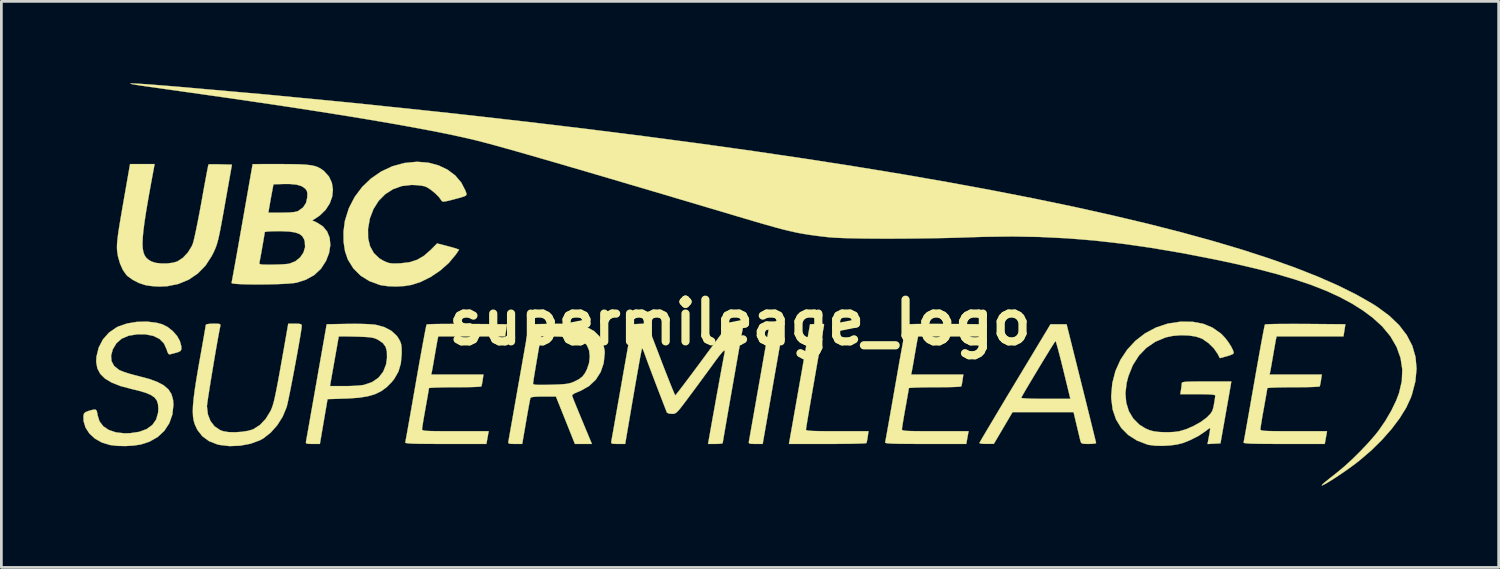
<source format=kicad_pcb>
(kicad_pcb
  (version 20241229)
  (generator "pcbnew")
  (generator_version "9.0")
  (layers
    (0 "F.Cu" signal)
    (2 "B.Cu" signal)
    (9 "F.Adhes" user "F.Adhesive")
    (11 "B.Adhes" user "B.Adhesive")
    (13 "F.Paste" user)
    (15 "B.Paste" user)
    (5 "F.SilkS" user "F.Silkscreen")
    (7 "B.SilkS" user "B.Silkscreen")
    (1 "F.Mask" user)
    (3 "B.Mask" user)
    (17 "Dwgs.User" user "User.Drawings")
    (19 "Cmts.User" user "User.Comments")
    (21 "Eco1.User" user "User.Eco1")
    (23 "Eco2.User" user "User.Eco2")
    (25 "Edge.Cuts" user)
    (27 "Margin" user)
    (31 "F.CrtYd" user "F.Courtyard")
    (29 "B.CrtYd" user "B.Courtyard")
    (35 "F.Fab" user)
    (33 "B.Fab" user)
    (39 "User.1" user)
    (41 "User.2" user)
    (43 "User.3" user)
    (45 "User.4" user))
  (footprint "supermileage_logo"
    (layer "F.Cu")
    (at 24.042 8.757)
    (property "Reference" "supermileage_logo" (at 0 0 0) (layer "F.SilkS") (effects (font (size 1.524 1.524) (thickness 0.3))))
    (attr through_hole)
    (fp_poly (pts (xy 1.571 0.053) (xy 1.598 0.076) (xy 1.594 0.114) (xy 1.582 0.17) (xy 1.558 0.301) (xy 1.522 0.498) (xy 1.476 0.755) (xy 1.421 1.062) (xy 1.36 1.412) (xy 1.292 1.796) (xy 1.22 2.206) (xy 1.201 2.318) (xy 0.83 4.445) (xy 0.569 4.445) (xy 0.426 4.443) (xy 0.35 4.432) (xy 0.323 4.405) (xy 0.325 4.355) (xy 0.326 4.35) (xy 0.337 4.29) (xy 0.361 4.156) (xy 0.396 3.955) (xy 0.442 3.695) (xy 0.497 3.386) (xy 0.559 3.035) (xy 0.626 2.65) (xy 0.698 2.241) (xy 0.713 2.159) (xy 1.081 0.064) (xy 1.349 0.051) (xy 1.493 0.046) (xy 1.571 0.053)) (stroke (width 0.01) (type solid)) (fill yes) (layer "F.SilkS"))
    (fp_poly (pts (xy 3.049 0.052) (xy 3.077 0.075) (xy 3.073 0.122) (xy 3.07 0.136) (xy 3.056 0.208) (xy 3.029 0.351) (xy 2.993 0.553) (xy 2.948 0.805) (xy 2.896 1.097) (xy 2.84 1.417) (xy 2.781 1.755) (xy 2.721 2.101) (xy 2.661 2.445) (xy 2.604 2.777) (xy 2.551 3.085) (xy 2.504 3.36) (xy 2.465 3.592) (xy 2.436 3.769) (xy 2.418 3.882) (xy 2.413 3.919) (xy 2.424 3.937) (xy 2.464 3.952) (xy 2.541 3.962) (xy 2.664 3.97) (xy 2.842 3.975) (xy 3.083 3.978) (xy 3.397 3.979) (xy 3.559 3.979) (xy 4.704 3.979) (xy 4.675 4.18) (xy 4.654 4.305) (xy 4.635 4.393) (xy 4.628 4.413) (xy 4.582 4.421) (xy 4.463 4.428) (xy 4.278 4.434) (xy 4.039 4.439) (xy 3.755 4.442) (xy 3.436 4.445) (xy 3.2 4.445) (xy 1.79 4.445) (xy 1.808 4.35) (xy 1.819 4.29) (xy 1.842 4.156) (xy 1.878 3.955) (xy 1.924 3.695) (xy 1.978 3.386) (xy 2.04 3.035) (xy 2.108 2.65) (xy 2.18 2.241) (xy 2.195 2.159) (xy 2.563 0.064) (xy 2.828 0.051) (xy 2.972 0.046) (xy 3.049 0.052)) (stroke (width 0.01) (type solid)) (fill yes) (layer "F.SilkS"))
    (fp_poly (pts (xy 12.495 2.223) (xy 12.598 2.636) (xy 12.695 3.025) (xy 12.783 3.381) (xy 12.861 3.697) (xy 12.927 3.965) (xy 12.98 4.178) (xy 13.016 4.326) (xy 13.034 4.404) (xy 13.036 4.413) (xy 12.999 4.429) (xy 12.899 4.441) (xy 12.764 4.445) (xy 12.616 4.443) (xy 12.531 4.431) (xy 12.488 4.402) (xy 12.465 4.346) (xy 12.461 4.329) (xy 12.439 4.24) (xy 12.403 4.092) (xy 12.359 3.906) (xy 12.321 3.747) (xy 12.211 3.281) (xy 9.977 3.281) (xy 9.292 4.443) (xy 9.028 4.444) (xy 8.891 4.44) (xy 8.796 4.428) (xy 8.764 4.413) (xy 8.786 4.372) (xy 8.847 4.265) (xy 8.945 4.098) (xy 9.075 3.878) (xy 9.234 3.612) (xy 9.417 3.304) (xy 9.621 2.963) (xy 9.744 2.758) (xy 10.294 2.758) (xy 10.33 2.769) (xy 10.439 2.778) (xy 10.608 2.786) (xy 10.826 2.791) (xy 11.081 2.794) (xy 11.187 2.794) (xy 12.094 2.794) (xy 11.836 1.736) (xy 11.766 1.451) (xy 11.7 1.194) (xy 11.643 0.978) (xy 11.597 0.813) (xy 11.565 0.709) (xy 11.551 0.678) (xy 11.525 0.712) (xy 11.462 0.809) (xy 11.37 0.955) (xy 11.255 1.142) (xy 11.124 1.356) (xy 10.983 1.588) (xy 10.84 1.827) (xy 10.7 2.06) (xy 10.57 2.277) (xy 10.458 2.467) (xy 10.37 2.619) (xy 10.313 2.721) (xy 10.294 2.758) (xy 9.744 2.758) (xy 9.842 2.594) (xy 10.066 2.223) (xy 11.367 0.064) (xy 11.956 0.064) (xy 12.495 2.223)) (stroke (width 0.01) (type solid)) (fill yes) (layer "F.SilkS"))
    (fp_poly (pts (xy -13.804 0.052) (xy -13.568 0.062) (xy -13.389 0.076) (xy -13.332 0.084) (xy -13.021 0.169) (xy -12.762 0.306) (xy -12.566 0.488) (xy -12.501 0.582) (xy -12.441 0.693) (xy -12.406 0.793) (xy -12.39 0.913) (xy -12.386 1.079) (xy -12.386 1.143) (xy -12.417 1.495) (xy -12.505 1.797) (xy -12.658 2.064) (xy -12.751 2.18) (xy -12.938 2.368) (xy -13.139 2.515) (xy -13.365 2.625) (xy -13.631 2.702) (xy -13.951 2.753) (xy -14.336 2.78) (xy -14.44 2.784) (xy -15.1 2.805) (xy -15.241 3.625) (xy -15.381 4.445) (xy -15.643 4.445) (xy -15.787 4.443) (xy -15.863 4.432) (xy -15.891 4.406) (xy -15.889 4.356) (xy -15.888 4.35) (xy -15.877 4.29) (xy -15.853 4.156) (xy -15.817 3.955) (xy -15.771 3.695) (xy -15.717 3.386) (xy -15.655 3.035) (xy -15.587 2.65) (xy -15.531 2.328) (xy -15.012 2.328) (xy -14.493 2.328) (xy -14.269 2.325) (xy -14.053 2.314) (xy -13.873 2.299) (xy -13.765 2.283) (xy -13.472 2.183) (xy -13.238 2.023) (xy -13.066 1.806) (xy -12.959 1.537) (xy -12.924 1.297) (xy -12.928 1.061) (xy -12.977 0.884) (xy -13.081 0.747) (xy -13.249 0.634) (xy -13.259 0.628) (xy -13.342 0.59) (xy -13.43 0.562) (xy -13.543 0.543) (xy -13.695 0.53) (xy -13.905 0.521) (xy -14.065 0.516) (xy -14.284 0.511) (xy -14.47 0.508) (xy -14.608 0.509) (xy -14.683 0.512) (xy -14.692 0.514) (xy -14.699 0.558) (xy -14.72 0.674) (xy -14.75 0.848) (xy -14.789 1.068) (xy -14.834 1.323) (xy -14.853 1.429) (xy -15.012 2.328) (xy -15.531 2.328) (xy -15.515 2.241) (xy -15.501 2.159) (xy -15.132 0.064) (xy -14.371 0.05) (xy -14.078 0.048) (xy -13.804 0.052)) (stroke (width 0.01) (type solid)) (fill yes) (layer "F.SilkS"))
    (fp_poly (pts (xy -21.465 -5.62) (xy -21.574 -5.03) (xy -21.666 -4.517) (xy -21.741 -4.076) (xy -21.799 -3.699) (xy -21.84 -3.381) (xy -21.866 -3.117) (xy -21.875 -2.9) (xy -21.868 -2.725) (xy -21.844 -2.585) (xy -21.805 -2.474) (xy -21.751 -2.387) (xy -21.681 -2.318) (xy -21.595 -2.26) (xy -21.545 -2.233) (xy -21.386 -2.183) (xy -21.179 -2.16) (xy -20.954 -2.163) (xy -20.744 -2.192) (xy -20.595 -2.238) (xy -20.396 -2.369) (xy -20.215 -2.561) (xy -20.073 -2.791) (xy -20.034 -2.884) (xy -20.005 -2.982) (xy -19.965 -3.151) (xy -19.916 -3.379) (xy -19.86 -3.654) (xy -19.8 -3.963) (xy -19.738 -4.294) (xy -19.712 -4.44) (xy -19.654 -4.765) (xy -19.6 -5.061) (xy -19.552 -5.32) (xy -19.512 -5.532) (xy -19.482 -5.685) (xy -19.463 -5.771) (xy -19.459 -5.786) (xy -19.412 -5.792) (xy -19.3 -5.794) (xy -19.141 -5.793) (xy -19.022 -5.791) (xy -18.601 -5.779) (xy -18.842 -4.418) (xy -18.913 -4.016) (xy -18.973 -3.687) (xy -19.023 -3.42) (xy -19.066 -3.207) (xy -19.105 -3.036) (xy -19.143 -2.897) (xy -19.181 -2.781) (xy -19.223 -2.676) (xy -19.27 -2.573) (xy -19.327 -2.462) (xy -19.341 -2.434) (xy -19.568 -2.084) (xy -19.851 -1.794) (xy -20.183 -1.569) (xy -20.558 -1.413) (xy -20.968 -1.329) (xy -21.25 -1.316) (xy -21.444 -1.325) (xy -21.64 -1.346) (xy -21.785 -1.372) (xy -22.012 -1.449) (xy -22.233 -1.563) (xy -22.416 -1.694) (xy -22.466 -1.742) (xy -22.592 -1.922) (xy -22.698 -2.159) (xy -22.774 -2.424) (xy -22.806 -2.641) (xy -22.81 -2.74) (xy -22.808 -2.852) (xy -22.798 -2.986) (xy -22.779 -3.153) (xy -22.75 -3.362) (xy -22.709 -3.623) (xy -22.654 -3.946) (xy -22.586 -4.342) (xy -22.58 -4.376) (xy -22.331 -5.8) (xy -21.881 -5.8) (xy -21.432 -5.8) (xy -21.465 -5.62)) (stroke (width 0.01) (type solid)) (fill yes) (layer "F.SilkS"))
    (fp_poly (pts (xy -11.408 -5.851) (xy -11.037 -5.752) (xy -10.708 -5.595) (xy -10.428 -5.385) (xy -10.206 -5.125) (xy -10.05 -4.822) (xy -10.016 -4.72) (xy -10.013 -4.681) (xy -10.037 -4.648) (xy -10.102 -4.616) (xy -10.221 -4.577) (xy -10.408 -4.527) (xy -10.444 -4.517) (xy -10.642 -4.466) (xy -10.773 -4.436) (xy -10.854 -4.426) (xy -10.9 -4.434) (xy -10.927 -4.459) (xy -10.936 -4.475) (xy -11.025 -4.596) (xy -11.16 -4.731) (xy -11.314 -4.856) (xy -11.461 -4.951) (xy -11.541 -4.986) (xy -11.674 -5.012) (xy -11.852 -5.03) (xy -12.028 -5.037) (xy -12.381 -4.996) (xy -12.703 -4.881) (xy -12.988 -4.698) (xy -13.229 -4.455) (xy -13.418 -4.157) (xy -13.551 -3.811) (xy -13.619 -3.424) (xy -13.619 -3.422) (xy -13.615 -3.083) (xy -13.543 -2.789) (xy -13.406 -2.543) (xy -13.206 -2.35) (xy -13.06 -2.263) (xy -12.94 -2.208) (xy -12.838 -2.176) (xy -12.725 -2.162) (xy -12.573 -2.162) (xy -12.435 -2.167) (xy -12.103 -2.206) (xy -11.821 -2.296) (xy -11.566 -2.446) (xy -11.321 -2.662) (xy -11.09 -2.895) (xy -10.784 -2.817) (xy -10.619 -2.773) (xy -10.476 -2.733) (xy -10.383 -2.704) (xy -10.38 -2.703) (xy -10.283 -2.667) (xy -10.41 -2.482) (xy -10.661 -2.181) (xy -10.974 -1.904) (xy -11.327 -1.666) (xy -11.699 -1.483) (xy -12.023 -1.378) (xy -12.289 -1.335) (xy -12.586 -1.318) (xy -12.881 -1.328) (xy -13.138 -1.364) (xy -13.197 -1.378) (xy -13.573 -1.518) (xy -13.893 -1.718) (xy -14.153 -1.978) (xy -14.351 -2.295) (xy -14.361 -2.315) (xy -14.461 -2.61) (xy -14.513 -2.953) (xy -14.517 -3.321) (xy -14.47 -3.692) (xy -14.459 -3.743) (xy -14.319 -4.187) (xy -14.109 -4.594) (xy -13.837 -4.958) (xy -13.512 -5.27) (xy -13.141 -5.526) (xy -12.733 -5.718) (xy -12.295 -5.839) (xy -11.837 -5.884) (xy -11.813 -5.884) (xy -11.408 -5.851)) (stroke (width 0.01) (type solid)) (fill yes) (layer "F.SilkS"))
    (fp_poly (pts (xy -10.266 0.051) (xy -9.988 0.052) (xy -8.529 0.064) (xy -8.6 0.508) (xy -11.047 0.508) (xy -11.068 0.603) (xy -11.084 0.681) (xy -11.109 0.822) (xy -11.142 1.007) (xy -11.176 1.206) (xy -11.212 1.413) (xy -11.244 1.596) (xy -11.269 1.735) (xy -11.284 1.81) (xy -11.305 1.905) (xy -9.393 1.905) (xy -9.422 2.106) (xy -9.443 2.231) (xy -9.462 2.319) (xy -9.469 2.339) (xy -9.515 2.348) (xy -9.633 2.356) (xy -9.812 2.363) (xy -10.038 2.368) (xy -10.299 2.37) (xy -10.438 2.371) (xy -10.711 2.372) (xy -10.954 2.376) (xy -11.154 2.382) (xy -11.299 2.389) (xy -11.377 2.398) (xy -11.388 2.402) (xy -11.395 2.453) (xy -11.415 2.572) (xy -11.445 2.745) (xy -11.483 2.959) (xy -11.514 3.133) (xy -11.556 3.37) (xy -11.593 3.582) (xy -11.62 3.753) (xy -11.637 3.867) (xy -11.641 3.905) (xy -11.636 3.927) (xy -11.615 3.944) (xy -11.57 3.956) (xy -11.49 3.966) (xy -11.367 3.972) (xy -11.192 3.976) (xy -10.956 3.978) (xy -10.65 3.979) (xy -10.421 3.979) (xy -9.201 3.979) (xy -9.243 4.212) (xy -9.285 4.445) (xy -10.78 4.445) (xy -11.19 4.444) (xy -11.522 4.442) (xy -11.783 4.439) (xy -11.98 4.434) (xy -12.118 4.426) (xy -12.206 4.416) (xy -12.249 4.404) (xy -12.256 4.392) (xy -12.246 4.341) (xy -12.222 4.215) (xy -12.187 4.021) (xy -12.142 3.769) (xy -12.088 3.465) (xy -12.027 3.119) (xy -11.961 2.737) (xy -11.889 2.329) (xy -11.871 2.223) (xy -11.799 1.81) (xy -11.73 1.422) (xy -11.666 1.068) (xy -11.609 0.756) (xy -11.56 0.492) (xy -11.521 0.286) (xy -11.492 0.145) (xy -11.476 0.078) (xy -11.474 0.074) (xy -11.427 0.066) (xy -11.304 0.06) (xy -11.117 0.055) (xy -10.875 0.052) (xy -10.588 0.051) (xy -10.266 0.051)) (stroke (width 0.01) (type solid)) (fill yes) (layer "F.SilkS"))
    (fp_poly (pts (xy 7.303 0.051) (xy 7.581 0.052) (xy 9.039 0.064) (xy 8.968 0.508) (xy 6.521 0.508) (xy 6.5 0.603) (xy 6.485 0.681) (xy 6.459 0.822) (xy 6.427 1.007) (xy 6.392 1.206) (xy 6.357 1.413) (xy 6.325 1.596) (xy 6.299 1.735) (xy 6.285 1.81) (xy 6.264 1.905) (xy 8.176 1.905) (xy 8.146 2.106) (xy 8.126 2.231) (xy 8.106 2.319) (xy 8.099 2.339) (xy 8.053 2.348) (xy 7.935 2.356) (xy 7.757 2.363) (xy 7.531 2.368) (xy 7.269 2.37) (xy 7.131 2.371) (xy 6.857 2.372) (xy 6.615 2.376) (xy 6.415 2.382) (xy 6.27 2.389) (xy 6.191 2.398) (xy 6.181 2.402) (xy 6.173 2.453) (xy 6.154 2.572) (xy 6.123 2.745) (xy 6.086 2.959) (xy 6.054 3.133) (xy 6.012 3.37) (xy 5.976 3.582) (xy 5.948 3.753) (xy 5.931 3.867) (xy 5.927 3.905) (xy 5.932 3.927) (xy 5.953 3.944) (xy 5.999 3.956) (xy 6.079 3.966) (xy 6.201 3.972) (xy 6.376 3.976) (xy 6.612 3.978) (xy 6.918 3.979) (xy 7.147 3.979) (xy 8.368 3.979) (xy 8.325 4.212) (xy 8.283 4.445) (xy 6.789 4.445) (xy 6.379 4.444) (xy 6.046 4.442) (xy 5.785 4.439) (xy 5.589 4.434) (xy 5.45 4.426) (xy 5.362 4.416) (xy 5.319 4.404) (xy 5.312 4.392) (xy 5.322 4.341) (xy 5.346 4.215) (xy 5.381 4.021) (xy 5.426 3.769) (xy 5.48 3.465) (xy 5.541 3.119) (xy 5.608 2.737) (xy 5.679 2.329) (xy 5.698 2.223) (xy 5.77 1.81) (xy 5.838 1.422) (xy 5.902 1.068) (xy 5.959 0.756) (xy 6.008 0.492) (xy 6.047 0.286) (xy 6.076 0.145) (xy 6.092 0.078) (xy 6.094 0.074) (xy 6.142 0.066) (xy 6.264 0.06) (xy 6.451 0.055) (xy 6.693 0.052) (xy 6.98 0.051) (xy 7.303 0.051)) (stroke (width 0.01) (type solid)) (fill yes) (layer "F.SilkS"))
    (fp_poly (pts (xy 20.426 0.051) (xy 20.704 0.052) (xy 22.162 0.064) (xy 22.127 0.286) (xy 22.092 0.508) (xy 19.644 0.508) (xy 19.623 0.603) (xy 19.608 0.681) (xy 19.583 0.822) (xy 19.55 1.007) (xy 19.516 1.206) (xy 19.48 1.413) (xy 19.448 1.596) (xy 19.423 1.735) (xy 19.408 1.81) (xy 19.387 1.905) (xy 21.299 1.905) (xy 21.27 2.106) (xy 21.249 2.231) (xy 21.229 2.319) (xy 21.222 2.339) (xy 21.176 2.348) (xy 21.058 2.356) (xy 20.88 2.363) (xy 20.654 2.368) (xy 20.392 2.37) (xy 20.254 2.371) (xy 19.981 2.372) (xy 19.738 2.376) (xy 19.538 2.382) (xy 19.393 2.389) (xy 19.314 2.398) (xy 19.304 2.402) (xy 19.297 2.453) (xy 19.277 2.572) (xy 19.247 2.745) (xy 19.209 2.959) (xy 19.178 3.133) (xy 19.135 3.37) (xy 19.099 3.582) (xy 19.071 3.753) (xy 19.054 3.867) (xy 19.051 3.905) (xy 19.055 3.927) (xy 19.076 3.944) (xy 19.122 3.956) (xy 19.202 3.966) (xy 19.325 3.972) (xy 19.5 3.976) (xy 19.736 3.978) (xy 20.042 3.979) (xy 20.27 3.979) (xy 21.491 3.979) (xy 21.449 4.212) (xy 21.407 4.445) (xy 19.912 4.445) (xy 19.502 4.444) (xy 19.17 4.442) (xy 18.908 4.439) (xy 18.712 4.434) (xy 18.573 4.426) (xy 18.486 4.416) (xy 18.442 4.404) (xy 18.435 4.392) (xy 18.446 4.341) (xy 18.469 4.215) (xy 18.504 4.021) (xy 18.549 3.769) (xy 18.603 3.465) (xy 18.664 3.119) (xy 18.731 2.737) (xy 18.802 2.329) (xy 18.821 2.223) (xy 18.893 1.81) (xy 18.962 1.422) (xy 19.025 1.068) (xy 19.082 0.756) (xy 19.131 0.492) (xy 19.171 0.286) (xy 19.199 0.145) (xy 19.215 0.078) (xy 19.217 0.074) (xy 19.265 0.066) (xy 19.387 0.06) (xy 19.574 0.055) (xy 19.817 0.052) (xy 20.104 0.051) (xy 20.426 0.051)) (stroke (width 0.01) (type solid)) (fill yes) (layer "F.SilkS"))
    (fp_poly (pts (xy -16.15 0.046) (xy -16.075 0.062) (xy -16.047 0.095) (xy -16.044 0.116) (xy -16.052 0.198) (xy -16.075 0.349) (xy -16.109 0.559) (xy -16.153 0.814) (xy -16.204 1.102) (xy -16.261 1.411) (xy -16.32 1.728) (xy -16.379 2.041) (xy -16.436 2.336) (xy -16.489 2.602) (xy -16.536 2.827) (xy -16.573 2.997) (xy -16.599 3.1) (xy -16.601 3.104) (xy -16.743 3.445) (xy -16.941 3.759) (xy -17.18 4.029) (xy -17.448 4.24) (xy -17.583 4.314) (xy -17.922 4.438) (xy -18.299 4.509) (xy -18.684 4.525) (xy -19.049 4.482) (xy -19.135 4.462) (xy -19.44 4.343) (xy -19.684 4.164) (xy -19.869 3.927) (xy -19.963 3.722) (xy -20.001 3.592) (xy -20.025 3.441) (xy -20.034 3.262) (xy -20.027 3.047) (xy -20.003 2.786) (xy -19.963 2.471) (xy -19.905 2.094) (xy -19.83 1.647) (xy -19.795 1.45) (xy -19.737 1.125) (xy -19.684 0.826) (xy -19.638 0.565) (xy -19.601 0.349) (xy -19.574 0.192) (xy -19.56 0.102) (xy -19.558 0.085) (xy -19.519 0.063) (xy -19.416 0.047) (xy -19.282 0.042) (xy -19.134 0.044) (xy -19.054 0.054) (xy -19.023 0.078) (xy -19.025 0.123) (xy -19.028 0.138) (xy -19.053 0.255) (xy -19.087 0.437) (xy -19.129 0.669) (xy -19.177 0.94) (xy -19.228 1.237) (xy -19.28 1.548) (xy -19.332 1.86) (xy -19.382 2.162) (xy -19.426 2.44) (xy -19.464 2.683) (xy -19.493 2.877) (xy -19.511 3.011) (xy -19.516 3.068) (xy -19.483 3.359) (xy -19.387 3.607) (xy -19.235 3.803) (xy -19.033 3.939) (xy -18.913 3.982) (xy -18.725 4.012) (xy -18.492 4.018) (xy -18.245 4.002) (xy -18.017 3.967) (xy -17.837 3.915) (xy -17.822 3.908) (xy -17.578 3.753) (xy -17.363 3.526) (xy -17.189 3.242) (xy -17.186 3.236) (xy -17.154 3.165) (xy -17.124 3.086) (xy -17.094 2.991) (xy -17.062 2.874) (xy -17.028 2.726) (xy -16.989 2.54) (xy -16.943 2.309) (xy -16.89 2.026) (xy -16.828 1.682) (xy -16.755 1.271) (xy -16.669 0.784) (xy -16.656 0.709) (xy -16.539 0.042) (xy -16.291 0.042) (xy -16.15 0.046)) (stroke (width 0.01) (type solid)) (fill yes) (layer "F.SilkS"))
    (fp_poly (pts (xy -21.361 0.009) (xy -21.147 0.067) (xy -20.952 0.167) (xy -20.766 0.315) (xy -20.611 0.49) (xy -20.51 0.67) (xy -20.499 0.703) (xy -20.455 0.871) (xy -20.45 0.979) (xy -20.489 1.045) (xy -20.577 1.087) (xy -20.627 1.102) (xy -20.754 1.135) (xy -20.852 1.161) (xy -20.872 1.167) (xy -20.921 1.153) (xy -20.964 1.074) (xy -20.99 0.988) (xy -21.089 0.767) (xy -21.252 0.601) (xy -21.477 0.49) (xy -21.763 0.434) (xy -22.071 0.433) (xy -22.384 0.483) (xy -22.636 0.591) (xy -22.828 0.756) (xy -22.963 0.982) (xy -22.964 0.983) (xy -23.026 1.215) (xy -23.008 1.418) (xy -22.913 1.591) (xy -22.741 1.73) (xy -22.7 1.751) (xy -22.576 1.802) (xy -22.396 1.862) (xy -22.185 1.922) (xy -22.013 1.965) (xy -21.63 2.067) (xy -21.325 2.179) (xy -21.091 2.306) (xy -20.922 2.454) (xy -20.813 2.627) (xy -20.756 2.832) (xy -20.743 3.012) (xy -20.782 3.368) (xy -20.895 3.688) (xy -21.076 3.965) (xy -21.321 4.193) (xy -21.623 4.364) (xy -21.931 4.464) (xy -22.197 4.505) (xy -22.501 4.523) (xy -22.805 4.516) (xy -23.068 4.484) (xy -23.07 4.483) (xy -23.364 4.393) (xy -23.617 4.25) (xy -23.818 4.066) (xy -23.96 3.848) (xy -24.033 3.609) (xy -24.037 3.42) (xy -24.018 3.336) (xy -23.968 3.284) (xy -23.862 3.242) (xy -23.834 3.233) (xy -23.686 3.192) (xy -23.599 3.187) (xy -23.553 3.228) (xy -23.529 3.325) (xy -23.519 3.394) (xy -23.45 3.617) (xy -23.312 3.798) (xy -23.11 3.934) (xy -22.85 4.021) (xy -22.538 4.057) (xy -22.333 4.052) (xy -21.994 4.002) (xy -21.72 3.9) (xy -21.513 3.749) (xy -21.374 3.548) (xy -21.303 3.299) (xy -21.295 3.162) (xy -21.307 2.993) (xy -21.35 2.856) (xy -21.435 2.744) (xy -21.571 2.651) (xy -21.765 2.57) (xy -22.028 2.493) (xy -22.267 2.436) (xy -22.672 2.329) (xy -22.996 2.203) (xy -23.245 2.055) (xy -23.421 1.882) (xy -23.528 1.68) (xy -23.57 1.447) (xy -23.561 1.251) (xy -23.478 0.916) (xy -23.324 0.62) (xy -23.104 0.371) (xy -22.825 0.178) (xy -22.752 0.142) (xy -22.436 0.035) (xy -22.08 -0.024) (xy -21.712 -0.033) (xy -21.361 0.009)) (stroke (width 0.01) (type solid)) (fill yes) (layer "F.SilkS"))
    (fp_poly (pts (xy -6.381 0.052) (xy -6.142 0.063) (xy -5.964 0.078) (xy -5.919 0.085) (xy -5.599 0.174) (xy -5.339 0.317) (xy -5.143 0.51) (xy -5.014 0.75) (xy -4.956 1.033) (xy -4.953 1.119) (xy -4.991 1.486) (xy -5.101 1.812) (xy -5.281 2.094) (xy -5.526 2.325) (xy -5.834 2.5) (xy -5.941 2.542) (xy -6.069 2.599) (xy -6.139 2.651) (xy -6.147 2.676) (xy -6.138 2.705) (xy -6.12 2.756) (xy -6.088 2.837) (xy -6.04 2.956) (xy -5.973 3.121) (xy -5.882 3.342) (xy -5.764 3.625) (xy -5.648 3.905) (xy -5.423 4.445) (xy -6.045 4.445) (xy -6.392 3.577) (xy -6.74 2.709) (xy -7.197 2.709) (xy -7.422 2.713) (xy -7.571 2.724) (xy -7.652 2.744) (xy -7.673 2.762) (xy -7.686 2.819) (xy -7.711 2.945) (xy -7.745 3.127) (xy -7.785 3.352) (xy -7.829 3.605) (xy -7.833 3.63) (xy -7.974 4.445) (xy -8.235 4.445) (xy -8.378 4.443) (xy -8.455 4.432) (xy -8.483 4.405) (xy -8.48 4.356) (xy -8.479 4.35) (xy -8.468 4.29) (xy -8.445 4.156) (xy -8.409 3.955) (xy -8.363 3.695) (xy -8.308 3.386) (xy -8.247 3.035) (xy -8.179 2.65) (xy -8.107 2.241) (xy -8.106 2.236) (xy -7.578 2.236) (xy -7.564 2.259) (xy -7.515 2.274) (xy -7.42 2.282) (xy -7.268 2.284) (xy -7.047 2.281) (xy -6.932 2.278) (xy -6.672 2.27) (xy -6.479 2.259) (xy -6.336 2.244) (xy -6.226 2.221) (xy -6.131 2.19) (xy -6.076 2.166) (xy -5.896 2.075) (xy -5.772 1.98) (xy -5.678 1.857) (xy -5.604 1.714) (xy -5.527 1.486) (xy -5.5 1.25) (xy -5.523 1.03) (xy -5.595 0.852) (xy -5.599 0.846) (xy -5.687 0.735) (xy -5.791 0.652) (xy -5.922 0.592) (xy -6.095 0.553) (xy -6.324 0.529) (xy -6.622 0.515) (xy -6.655 0.514) (xy -7.277 0.499) (xy -7.3 0.599) (xy -7.318 0.688) (xy -7.346 0.837) (xy -7.38 1.03) (xy -7.418 1.25) (xy -7.457 1.482) (xy -7.495 1.708) (xy -7.529 1.913) (xy -7.556 2.081) (xy -7.573 2.195) (xy -7.578 2.236) (xy -8.106 2.236) (xy -8.092 2.159) (xy -7.724 0.064) (xy -6.963 0.05) (xy -6.66 0.048) (xy -6.381 0.052)) (stroke (width 0.01) (type solid)) (fill yes) (layer "F.SilkS"))
    (fp_poly (pts (xy -2.9 1.353) (xy -2.78 1.667) (xy -2.667 1.953) (xy -2.568 2.204) (xy -2.485 2.41) (xy -2.421 2.561) (xy -2.382 2.648) (xy -2.37 2.667) (xy -2.34 2.634) (xy -2.266 2.54) (xy -2.152 2.393) (xy -2.005 2.199) (xy -1.83 1.967) (xy -1.634 1.704) (xy -1.42 1.416) (xy -1.375 1.355) (xy -0.406 0.042) (xy 0.134 0.042) (xy 0.11 0.159) (xy 0.097 0.23) (xy 0.071 0.372) (xy 0.035 0.574) (xy -0.01 0.828) (xy -0.062 1.124) (xy -0.12 1.452) (xy -0.181 1.802) (xy -0.245 2.164) (xy -0.309 2.53) (xy -0.372 2.89) (xy -0.432 3.233) (xy -0.487 3.551) (xy -0.536 3.834) (xy -0.577 4.071) (xy -0.608 4.254) (xy -0.628 4.372) (xy -0.635 4.417) (xy -0.674 4.431) (xy -0.774 4.442) (xy -0.903 4.445) (xy -1.171 4.445) (xy -1.071 3.884) (xy -1.005 3.512) (xy -0.937 3.134) (xy -0.87 2.761) (xy -0.805 2.403) (xy -0.744 2.068) (xy -0.689 1.769) (xy -0.642 1.513) (xy -0.604 1.311) (xy -0.578 1.174) (xy -0.565 1.111) (xy -0.555 1.037) (xy -0.58 1.024) (xy -0.641 1.077) (xy -0.742 1.196) (xy -0.884 1.384) (xy -0.932 1.45) (xy -1.058 1.623) (xy -1.221 1.845) (xy -1.405 2.096) (xy -1.598 2.358) (xy -1.784 2.609) (xy -1.788 2.614) (xy -1.966 2.854) (xy -2.103 3.035) (xy -2.205 3.165) (xy -2.282 3.252) (xy -2.341 3.305) (xy -2.39 3.333) (xy -2.439 3.343) (xy -2.494 3.344) (xy -2.606 3.332) (xy -2.673 3.3) (xy -2.679 3.291) (xy -2.768 3.062) (xy -2.87 2.799) (xy -2.978 2.518) (xy -3.088 2.231) (xy -3.194 1.951) (xy -3.292 1.692) (xy -3.376 1.468) (xy -3.441 1.291) (xy -3.483 1.175) (xy -3.491 1.151) (xy -3.534 1.033) (xy -3.57 0.96) (xy -3.587 0.948) (xy -3.598 0.984) (xy -3.618 1.08) (xy -3.649 1.239) (xy -3.69 1.465) (xy -3.742 1.76) (xy -3.807 2.125) (xy -3.883 2.565) (xy -3.972 3.082) (xy -4.073 3.678) (xy -4.134 4.032) (xy -4.204 4.445) (xy -4.467 4.445) (xy -4.61 4.443) (xy -4.687 4.432) (xy -4.715 4.406) (xy -4.713 4.356) (xy -4.712 4.35) (xy -4.701 4.29) (xy -4.677 4.156) (xy -4.641 3.955) (xy -4.595 3.695) (xy -4.541 3.386) (xy -4.479 3.035) (xy -4.411 2.65) (xy -4.339 2.241) (xy -4.325 2.159) (xy -3.956 0.064) (xy -3.68 0.051) (xy -3.404 0.039) (xy -2.9 1.353)) (stroke (width 0.01) (type solid)) (fill yes) (layer "F.SilkS"))
    (fp_poly (pts (xy -16.45 -5.798) (xy -16.149 -5.792) (xy -15.91 -5.78) (xy -15.721 -5.759) (xy -15.572 -5.729) (xy -15.451 -5.686) (xy -15.347 -5.63) (xy -15.248 -5.559) (xy -15.224 -5.539) (xy -15.049 -5.344) (xy -14.943 -5.116) (xy -14.904 -4.867) (xy -14.93 -4.611) (xy -15.02 -4.359) (xy -15.171 -4.125) (xy -15.381 -3.921) (xy -15.48 -3.852) (xy -15.661 -3.737) (xy -15.491 -3.66) (xy -15.27 -3.519) (xy -15.114 -3.329) (xy -15.022 -3.097) (xy -14.999 -2.833) (xy -15.045 -2.546) (xy -15.156 -2.256) (xy -15.341 -1.969) (xy -15.585 -1.74) (xy -15.89 -1.569) (xy -16.223 -1.461) (xy -16.343 -1.442) (xy -16.519 -1.426) (xy -16.74 -1.413) (xy -16.991 -1.403) (xy -17.261 -1.396) (xy -17.537 -1.393) (xy -17.807 -1.393) (xy -18.057 -1.397) (xy -18.276 -1.404) (xy -18.451 -1.414) (xy -18.568 -1.428) (xy -18.616 -1.446) (xy -18.616 -1.45) (xy -18.605 -1.501) (xy -18.581 -1.627) (xy -18.546 -1.821) (xy -18.5 -2.073) (xy -18.482 -2.171) (xy -17.598 -2.171) (xy -17.585 -2.144) (xy -17.541 -2.128) (xy -17.45 -2.12) (xy -17.3 -2.118) (xy -17.135 -2.118) (xy -16.924 -2.122) (xy -16.726 -2.131) (xy -16.569 -2.145) (xy -16.492 -2.157) (xy -16.277 -2.243) (xy -16.104 -2.383) (xy -15.983 -2.56) (xy -15.923 -2.76) (xy -15.934 -2.967) (xy -15.962 -3.053) (xy -16.028 -3.162) (xy -16.131 -3.242) (xy -16.282 -3.296) (xy -16.492 -3.329) (xy -16.77 -3.342) (xy -16.88 -3.343) (xy -17.079 -3.341) (xy -17.242 -3.335) (xy -17.354 -3.324) (xy -17.399 -3.312) (xy -17.399 -3.311) (xy -17.406 -3.259) (xy -17.425 -3.142) (xy -17.452 -2.982) (xy -17.484 -2.798) (xy -17.517 -2.609) (xy -17.549 -2.434) (xy -17.575 -2.295) (xy -17.591 -2.212) (xy -17.598 -2.171) (xy -18.482 -2.171) (xy -18.445 -2.378) (xy -18.383 -2.725) (xy -18.316 -3.108) (xy -18.244 -3.517) (xy -18.22 -3.651) (xy -18.155 -4.022) (xy -17.267 -4.022) (xy -16.78 -4.022) (xy -16.513 -4.027) (xy -16.322 -4.044) (xy -16.2 -4.072) (xy -16.18 -4.081) (xy -15.998 -4.211) (xy -15.888 -4.378) (xy -15.843 -4.582) (xy -15.839 -4.727) (xy -15.859 -4.821) (xy -15.912 -4.896) (xy -15.914 -4.898) (xy -16.044 -4.99) (xy -16.234 -5.047) (xy -16.49 -5.072) (xy -16.711 -5.071) (xy -17.081 -5.059) (xy -17.148 -4.699) (xy -17.183 -4.511) (xy -17.214 -4.335) (xy -17.237 -4.203) (xy -17.241 -4.18) (xy -17.267 -4.022) (xy -18.155 -4.022) (xy -17.843 -5.799) (xy -16.825 -5.8) (xy -16.45 -5.798)) (stroke (width 0.01) (type solid)) (fill yes) (layer "F.SilkS"))
    (fp_poly (pts (xy 16.579 -0.025) (xy 16.959 0.047) (xy 17.295 0.186) (xy 17.594 0.395) (xy 17.651 0.447) (xy 17.768 0.574) (xy 17.884 0.727) (xy 17.983 0.885) (xy 18.052 1.025) (xy 18.076 1.121) (xy 18.039 1.155) (xy 17.941 1.198) (xy 17.821 1.236) (xy 17.566 1.304) (xy 17.487 1.149) (xy 17.346 0.945) (xy 17.152 0.754) (xy 16.934 0.604) (xy 16.895 0.584) (xy 16.686 0.514) (xy 16.424 0.475) (xy 16.136 0.466) (xy 15.849 0.489) (xy 15.588 0.544) (xy 15.586 0.545) (xy 15.208 0.702) (xy 14.878 0.927) (xy 14.601 1.214) (xy 14.38 1.562) (xy 14.218 1.966) (xy 14.155 2.209) (xy 14.11 2.583) (xy 14.138 2.931) (xy 14.234 3.244) (xy 14.396 3.516) (xy 14.62 3.74) (xy 14.846 3.88) (xy 14.996 3.943) (xy 15.145 3.983) (xy 15.328 4.006) (xy 15.465 4.014) (xy 15.682 4.017) (xy 15.895 4.006) (xy 16.067 3.984) (xy 16.082 3.981) (xy 16.339 3.904) (xy 16.611 3.785) (xy 16.867 3.641) (xy 17.077 3.487) (xy 17.114 3.453) (xy 17.223 3.339) (xy 17.289 3.237) (xy 17.329 3.11) (xy 17.351 2.997) (xy 17.376 2.849) (xy 17.393 2.731) (xy 17.399 2.674) (xy 17.371 2.653) (xy 17.281 2.639) (xy 17.124 2.629) (xy 16.891 2.625) (xy 16.758 2.625) (xy 16.118 2.625) (xy 16.144 2.466) (xy 16.162 2.341) (xy 16.171 2.242) (xy 16.171 2.233) (xy 16.177 2.209) (xy 16.201 2.19) (xy 16.254 2.177) (xy 16.346 2.168) (xy 16.488 2.163) (xy 16.689 2.16) (xy 16.962 2.159) (xy 17.079 2.159) (xy 17.986 2.159) (xy 17.964 2.297) (xy 17.95 2.377) (xy 17.924 2.526) (xy 17.888 2.732) (xy 17.844 2.981) (xy 17.795 3.258) (xy 17.765 3.429) (xy 17.589 4.424) (xy 17.352 4.436) (xy 17.115 4.449) (xy 17.169 4.161) (xy 17.195 4.017) (xy 17.21 3.91) (xy 17.212 3.863) (xy 17.212 3.863) (xy 17.175 3.88) (xy 17.095 3.937) (xy 17.035 3.983) (xy 16.781 4.154) (xy 16.468 4.311) (xy 16.215 4.412) (xy 16.002 4.466) (xy 15.741 4.501) (xy 15.462 4.516) (xy 15.195 4.51) (xy 14.969 4.481) (xy 14.911 4.467) (xy 14.532 4.321) (xy 14.212 4.117) (xy 13.956 3.858) (xy 13.766 3.548) (xy 13.643 3.189) (xy 13.591 2.785) (xy 13.589 2.691) (xy 13.629 2.22) (xy 13.744 1.776) (xy 13.929 1.364) (xy 14.176 0.992) (xy 14.479 0.667) (xy 14.831 0.395) (xy 15.227 0.184) (xy 15.66 0.04) (xy 16.123 -0.03) (xy 16.15 -0.032) (xy 16.579 -0.025)) (stroke (width 0.01) (type solid)) (fill yes) (layer "F.SilkS"))
    (fp_poly (pts (xy -22.124 -8.748) (xy -21.908 -8.735) (xy -21.611 -8.714) (xy -21.233 -8.685) (xy -20.772 -8.648) (xy -20.369 -8.614) (xy -17.341 -8.346) (xy -14.256 -8.048) (xy -11.133 -7.722) (xy -10.012 -7.599) (xy -7.774 -7.345) (xy -5.604 -7.085) (xy -3.501 -6.82) (xy -1.466 -6.55) (xy 0.5 -6.275) (xy 2.395 -5.995) (xy 4.22 -5.711) (xy 5.974 -5.423) (xy 7.655 -5.13) (xy 9.263 -4.833) (xy 10.796 -4.533) (xy 12.256 -4.229) (xy 13.639 -3.921) (xy 14.946 -3.611) (xy 16.176 -3.297) (xy 17.328 -2.98) (xy 18.402 -2.66) (xy 19.395 -2.337) (xy 20.309 -2.012) (xy 21.141 -1.685) (xy 21.891 -1.356) (xy 22.558 -1.025) (xy 23.142 -0.692) (xy 23.314 -0.583) (xy 23.761 -0.255) (xy 24.126 0.093) (xy 24.409 0.461) (xy 24.611 0.851) (xy 24.73 1.262) (xy 24.768 1.695) (xy 24.725 2.151) (xy 24.601 2.63) (xy 24.556 2.756) (xy 24.388 3.119) (xy 24.15 3.504) (xy 23.852 3.9) (xy 23.502 4.296) (xy 23.109 4.683) (xy 22.682 5.049) (xy 22.56 5.144) (xy 22.381 5.278) (xy 22.192 5.413) (xy 22.002 5.544) (xy 21.819 5.666) (xy 21.651 5.774) (xy 21.507 5.862) (xy 21.394 5.926) (xy 21.321 5.961) (xy 21.296 5.962) (xy 21.326 5.923) (xy 21.382 5.872) (xy 21.462 5.807) (xy 21.588 5.705) (xy 21.742 5.584) (xy 21.844 5.503) (xy 22.12 5.274) (xy 22.418 5.002) (xy 22.718 4.705) (xy 23.002 4.405) (xy 23.25 4.121) (xy 23.381 3.956) (xy 23.626 3.6) (xy 23.845 3.224) (xy 24.024 2.853) (xy 24.127 2.582) (xy 24.229 2.146) (xy 24.246 1.717) (xy 24.182 1.299) (xy 24.037 0.894) (xy 23.812 0.506) (xy 23.509 0.14) (xy 23.158 -0.179) (xy 22.794 -0.448) (xy 22.393 -0.7) (xy 21.95 -0.937) (xy 21.46 -1.161) (xy 20.917 -1.374) (xy 20.316 -1.577) (xy 19.651 -1.774) (xy 18.917 -1.966) (xy 18.108 -2.155) (xy 17.314 -2.323) (xy 16.15 -2.548) (xy 15.047 -2.735) (xy 13.991 -2.886) (xy 12.969 -3.002) (xy 11.967 -3.083) (xy 10.97 -3.132) (xy 9.966 -3.15) (xy 8.94 -3.137) (xy 8.488 -3.123) (xy 8.015 -3.107) (xy 7.518 -3.094) (xy 7.005 -3.084) (xy 6.486 -3.077) (xy 5.971 -3.072) (xy 5.47 -3.07) (xy 4.992 -3.071) (xy 4.548 -3.075) (xy 4.146 -3.082) (xy 3.796 -3.091) (xy 3.508 -3.103) (xy 3.292 -3.118) (xy 3.239 -3.123) (xy 2.954 -3.156) (xy 2.702 -3.188) (xy 2.472 -3.221) (xy 2.254 -3.257) (xy 2.037 -3.299) (xy 1.81 -3.35) (xy 1.561 -3.411) (xy 1.281 -3.486) (xy 0.958 -3.577) (xy 0.582 -3.686) (xy 0.141 -3.816) (xy -0.127 -3.896) (xy -1.211 -4.218) (xy -2.217 -4.517) (xy -3.147 -4.793) (xy -4.005 -5.046) (xy -4.792 -5.279) (xy -5.513 -5.491) (xy -6.168 -5.683) (xy -6.762 -5.856) (xy -7.297 -6.011) (xy -7.776 -6.149) (xy -8.201 -6.271) (xy -8.576 -6.376) (xy -8.902 -6.467) (xy -9.183 -6.544) (xy -9.422 -6.607) (xy -9.621 -6.658) (xy -9.672 -6.671) (xy -10.15 -6.782) (xy -10.709 -6.902) (xy -11.347 -7.028) (xy -12.061 -7.162) (xy -12.848 -7.302) (xy -13.705 -7.448) (xy -14.629 -7.599) (xy -15.618 -7.755) (xy -16.669 -7.916) (xy -17.779 -8.081) (xy -18.945 -8.25) (xy -19.262 -8.295) (xy -19.676 -8.354) (xy -20.093 -8.413) (xy -20.499 -8.47) (xy -20.88 -8.524) (xy -21.222 -8.573) (xy -21.511 -8.614) (xy -21.734 -8.645) (xy -21.78 -8.652) (xy -22.028 -8.688) (xy -22.201 -8.716) (xy -22.298 -8.736) (xy -22.318 -8.748) (xy -22.261 -8.752) (xy -22.124 -8.748)) (stroke (width 0.01) (type solid)) (fill yes) (layer "F.SilkS")))
  (gr_rect
    (start -3 -3)
    (end 51.816 17.724)
    (stroke (width 0.1) (type default))
    (fill no)
    (layer "Edge.Cuts")))
</source>
